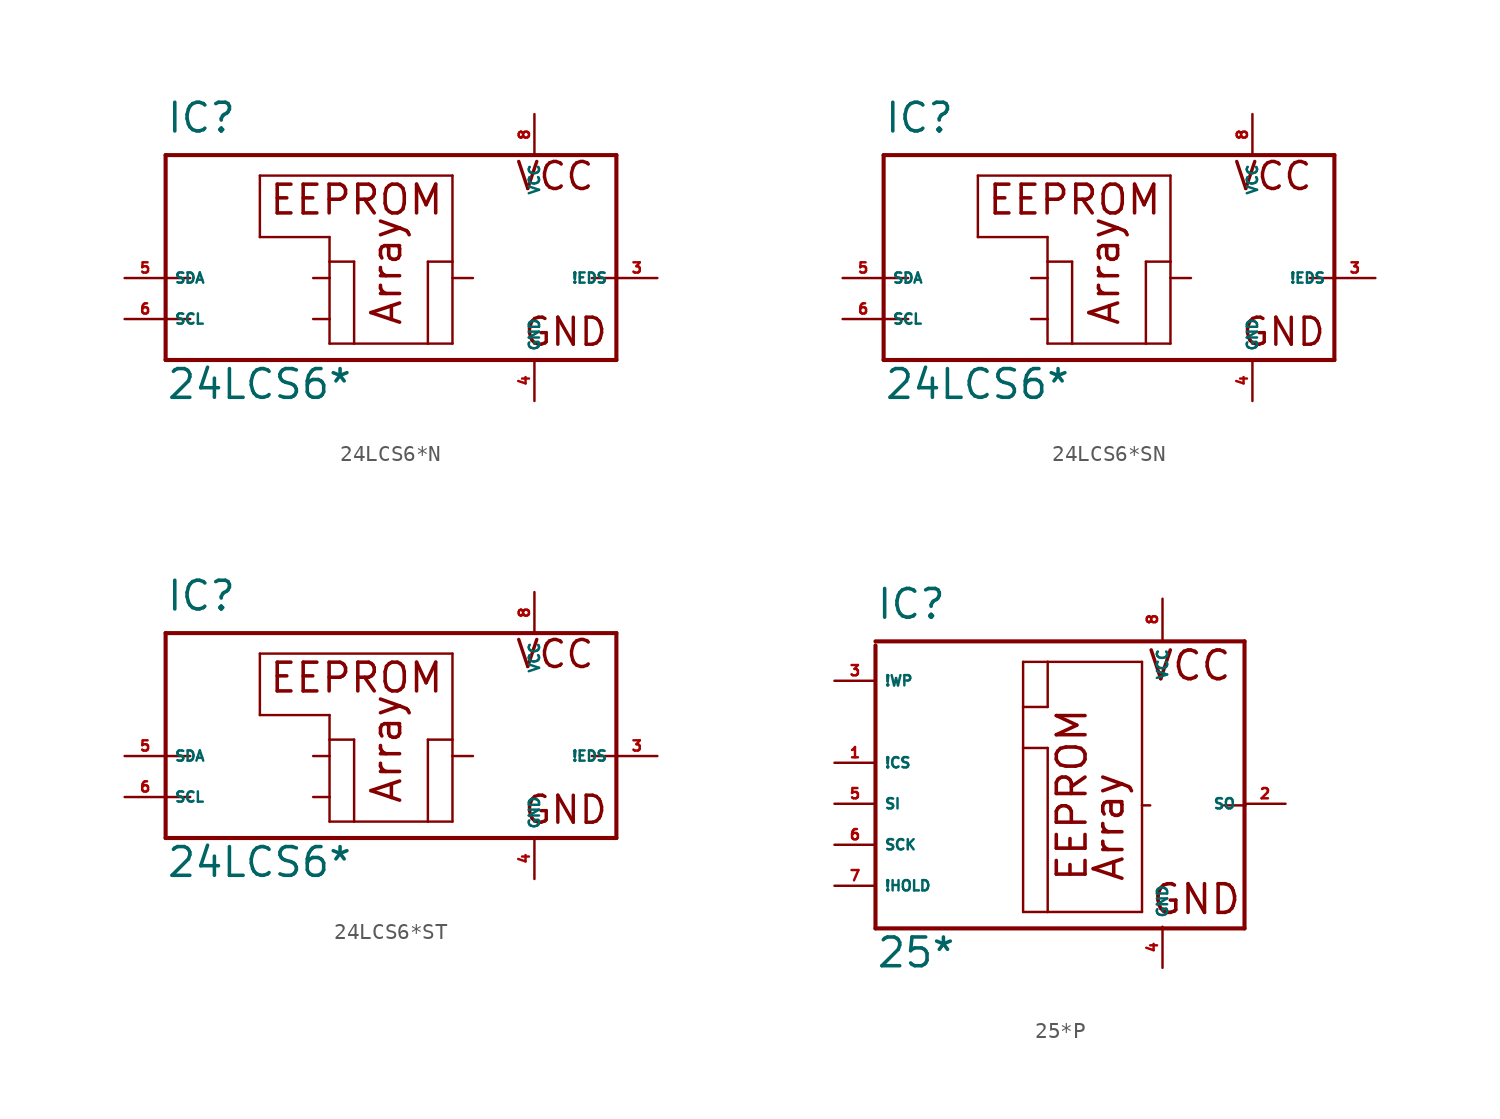
<source format=kicad_sym>
(kicad_symbol_lib
  (version 20220914)
  (generator Eagle2Kicad)
  (symbol "24LCS6*N"
    (property "Reference" "IC"
      (at -12.7 11.43 0)
      (effects (font (size 1.778 1.778) (thickness 0.22)) (justify left bottom)))
    (property "Value" "24LCS6*"
      (at -12.7 -5.08 0)
      (effects (font (size 1.778 1.778) (thickness 0.22)) (justify left bottom)))
    (polyline
      (pts (xy -12.7 10.16) (xy 15.24 10.16))
      (stroke (width 0.254) (type default))
      (fill (type none)))
    (polyline
      (pts (xy 15.24 10.16) (xy 15.24 2.54))
      (stroke (width 0.254) (type default))
      (fill (type none)))
    (polyline
      (pts (xy 15.24 2.54) (xy 15.24 -2.54))
      (stroke (width 0.254) (type default))
      (fill (type none)))
    (polyline
      (pts (xy 15.24 -2.54) (xy -12.7 -2.54))
      (stroke (width 0.254) (type default))
      (fill (type none)))
    (polyline
      (pts (xy -12.7 -2.54) (xy -12.7 0))
      (stroke (width 0.254) (type default))
      (fill (type none)))
    (polyline
      (pts (xy -12.7 0) (xy -12.7 2.54))
      (stroke (width 0.254) (type default))
      (fill (type none)))
    (polyline
      (pts (xy -12.7 2.54) (xy -12.7 10.16))
      (stroke (width 0.254) (type default))
      (fill (type none)))
    (polyline
      (pts (xy -6.858 8.89) (xy 5.08 8.89))
      (stroke (width 0.152) (type default))
      (fill (type none)))
    (polyline
      (pts (xy 5.08 8.89) (xy 5.08 3.556))
      (stroke (width 0.152) (type default))
      (fill (type none)))
    (polyline
      (pts (xy 5.08 3.556) (xy 5.08 2.54))
      (stroke (width 0.152) (type default))
      (fill (type none)))
    (polyline
      (pts (xy 5.08 2.54) (xy 5.08 -1.524))
      (stroke (width 0.152) (type default))
      (fill (type none)))
    (polyline
      (pts (xy 5.08 -1.524) (xy 3.556 -1.524))
      (stroke (width 0.152) (type default))
      (fill (type none)))
    (polyline
      (pts (xy 3.556 -1.524) (xy -1.016 -1.524))
      (stroke (width 0.152) (type default))
      (fill (type none)))
    (polyline
      (pts (xy -1.016 -1.524) (xy -2.54 -1.524))
      (stroke (width 0.152) (type default))
      (fill (type none)))
    (polyline
      (pts (xy -2.54 -1.524) (xy -2.54 0))
      (stroke (width 0.152) (type default))
      (fill (type none)))
    (polyline
      (pts (xy -2.54 0) (xy -2.54 2.54))
      (stroke (width 0.152) (type default))
      (fill (type none)))
    (polyline
      (pts (xy -2.54 2.54) (xy -2.54 3.556))
      (stroke (width 0.152) (type default))
      (fill (type none)))
    (polyline
      (pts (xy -2.54 3.556) (xy -2.54 5.08))
      (stroke (width 0.152) (type default))
      (fill (type none)))
    (polyline
      (pts (xy -2.54 5.08) (xy -6.858 5.08))
      (stroke (width 0.152) (type default))
      (fill (type none)))
    (polyline
      (pts (xy -6.858 5.08) (xy -6.858 8.89))
      (stroke (width 0.152) (type default))
      (fill (type none)))
    (polyline
      (pts (xy -3.556 2.54) (xy -2.54 2.54))
      (stroke (width 0.152) (type default))
      (fill (type none)))
    (polyline
      (pts (xy -3.556 0) (xy -2.54 0))
      (stroke (width 0.152) (type default))
      (fill (type none)))
    (polyline
      (pts (xy -12.7 2.54) (xy -11.176 2.54))
      (stroke (width 0.152) (type default))
      (fill (type none)))
    (polyline
      (pts (xy -12.7 0) (xy -11.176 0))
      (stroke (width 0.152) (type default))
      (fill (type none)))
    (polyline
      (pts (xy -2.54 3.556) (xy -1.016 3.556))
      (stroke (width 0.152) (type default))
      (fill (type none)))
    (polyline
      (pts (xy -1.016 3.556) (xy -1.016 -1.524))
      (stroke (width 0.152) (type default))
      (fill (type none)))
    (polyline
      (pts (xy 15.24 2.54) (xy 13.716 2.54))
      (stroke (width 0.152) (type default))
      (fill (type none)))
    (polyline
      (pts (xy 6.35 2.54) (xy 5.08 2.54))
      (stroke (width 0.152) (type default))
      (fill (type none)))
    (polyline
      (pts (xy 3.556 3.556) (xy 3.556 -1.524))
      (stroke (width 0.152) (type default))
      (fill (type none)))
    (polyline
      (pts (xy 5.08 3.556) (xy 3.556 3.556))
      (stroke (width 0.152) (type default))
      (fill (type none)))
    (text "Array"
      (at 2.032 -0.508 900)
      (effects (font (size 1.778 1.778) (thickness 0.22)) (justify left bottom)))
    (text "VCC"
      (at 8.89 7.874 0)
      (effects (font (size 1.676 1.676) (thickness 0.21)) (justify left bottom)))
    (text "GND"
      (at 9.398 -1.778 0)
      (effects (font (size 1.676 1.676) (thickness 0.21)) (justify left bottom)))
    (text "EEPROM"
      (at -6.35 6.35 0)
      (effects (font (size 1.778 1.778) (thickness 0.22)) (justify left bottom)))
    (pin unspecified line
      (at 10.16 12.7 270)
      (length 2.54)
      (name "VCC" (effects (font (size 0.635 0.635) (thickness 0.08)) (justify left bottom)))
      (number "8" (effects (font (size 0.635 0.635) (thickness 0.08)) (justify left bottom))))
    (pin unspecified line
      (at 10.16 -5.08 90)
      (length 2.54)
      (name "GND" (effects (font (size 0.635 0.635) (thickness 0.08)) (justify left bottom)))
      (number "4" (effects (font (size 0.635 0.635) (thickness 0.08)) (justify left bottom))))
    (pin bidirectional line
      (at -15.24 2.54 0)
      (length 2.54)
      (name "SDA" (effects (font (size 0.635 0.635) (thickness 0.08)) (justify left bottom)))
      (number "5" (effects (font (size 0.635 0.635) (thickness 0.08)) (justify left bottom))))
    (pin output line
      (at 17.78 2.54 180)
      (length 2.54)
      (name "!EDS" (effects (font (size 0.635 0.635) (thickness 0.08)) (justify left bottom)))
      (number "3" (effects (font (size 0.635 0.635) (thickness 0.08)) (justify left bottom))))
    (pin input line
      (at -15.24 0 0)
      (length 2.54)
      (name "SCL" (effects (font (size 0.635 0.635) (thickness 0.08)) (justify left bottom)))
      (number "6" (effects (font (size 0.635 0.635) (thickness 0.08)) (justify left bottom)))))
  (symbol "24LCS6*SN"
    (property "Reference" "IC"
      (at -12.7 11.43 0)
      (effects (font (size 1.778 1.778) (thickness 0.22)) (justify left bottom)))
    (property "Value" "24LCS6*"
      (at -12.7 -5.08 0)
      (effects (font (size 1.778 1.778) (thickness 0.22)) (justify left bottom)))
    (polyline
      (pts (xy -12.7 10.16) (xy 15.24 10.16))
      (stroke (width 0.254) (type default))
      (fill (type none)))
    (polyline
      (pts (xy 15.24 10.16) (xy 15.24 2.54))
      (stroke (width 0.254) (type default))
      (fill (type none)))
    (polyline
      (pts (xy 15.24 2.54) (xy 15.24 -2.54))
      (stroke (width 0.254) (type default))
      (fill (type none)))
    (polyline
      (pts (xy 15.24 -2.54) (xy -12.7 -2.54))
      (stroke (width 0.254) (type default))
      (fill (type none)))
    (polyline
      (pts (xy -12.7 -2.54) (xy -12.7 0))
      (stroke (width 0.254) (type default))
      (fill (type none)))
    (polyline
      (pts (xy -12.7 0) (xy -12.7 2.54))
      (stroke (width 0.254) (type default))
      (fill (type none)))
    (polyline
      (pts (xy -12.7 2.54) (xy -12.7 10.16))
      (stroke (width 0.254) (type default))
      (fill (type none)))
    (polyline
      (pts (xy -6.858 8.89) (xy 5.08 8.89))
      (stroke (width 0.152) (type default))
      (fill (type none)))
    (polyline
      (pts (xy 5.08 8.89) (xy 5.08 3.556))
      (stroke (width 0.152) (type default))
      (fill (type none)))
    (polyline
      (pts (xy 5.08 3.556) (xy 5.08 2.54))
      (stroke (width 0.152) (type default))
      (fill (type none)))
    (polyline
      (pts (xy 5.08 2.54) (xy 5.08 -1.524))
      (stroke (width 0.152) (type default))
      (fill (type none)))
    (polyline
      (pts (xy 5.08 -1.524) (xy 3.556 -1.524))
      (stroke (width 0.152) (type default))
      (fill (type none)))
    (polyline
      (pts (xy 3.556 -1.524) (xy -1.016 -1.524))
      (stroke (width 0.152) (type default))
      (fill (type none)))
    (polyline
      (pts (xy -1.016 -1.524) (xy -2.54 -1.524))
      (stroke (width 0.152) (type default))
      (fill (type none)))
    (polyline
      (pts (xy -2.54 -1.524) (xy -2.54 0))
      (stroke (width 0.152) (type default))
      (fill (type none)))
    (polyline
      (pts (xy -2.54 0) (xy -2.54 2.54))
      (stroke (width 0.152) (type default))
      (fill (type none)))
    (polyline
      (pts (xy -2.54 2.54) (xy -2.54 3.556))
      (stroke (width 0.152) (type default))
      (fill (type none)))
    (polyline
      (pts (xy -2.54 3.556) (xy -2.54 5.08))
      (stroke (width 0.152) (type default))
      (fill (type none)))
    (polyline
      (pts (xy -2.54 5.08) (xy -6.858 5.08))
      (stroke (width 0.152) (type default))
      (fill (type none)))
    (polyline
      (pts (xy -6.858 5.08) (xy -6.858 8.89))
      (stroke (width 0.152) (type default))
      (fill (type none)))
    (polyline
      (pts (xy -3.556 2.54) (xy -2.54 2.54))
      (stroke (width 0.152) (type default))
      (fill (type none)))
    (polyline
      (pts (xy -3.556 0) (xy -2.54 0))
      (stroke (width 0.152) (type default))
      (fill (type none)))
    (polyline
      (pts (xy -12.7 2.54) (xy -11.176 2.54))
      (stroke (width 0.152) (type default))
      (fill (type none)))
    (polyline
      (pts (xy -12.7 0) (xy -11.176 0))
      (stroke (width 0.152) (type default))
      (fill (type none)))
    (polyline
      (pts (xy -2.54 3.556) (xy -1.016 3.556))
      (stroke (width 0.152) (type default))
      (fill (type none)))
    (polyline
      (pts (xy -1.016 3.556) (xy -1.016 -1.524))
      (stroke (width 0.152) (type default))
      (fill (type none)))
    (polyline
      (pts (xy 15.24 2.54) (xy 13.716 2.54))
      (stroke (width 0.152) (type default))
      (fill (type none)))
    (polyline
      (pts (xy 6.35 2.54) (xy 5.08 2.54))
      (stroke (width 0.152) (type default))
      (fill (type none)))
    (polyline
      (pts (xy 3.556 3.556) (xy 3.556 -1.524))
      (stroke (width 0.152) (type default))
      (fill (type none)))
    (polyline
      (pts (xy 5.08 3.556) (xy 3.556 3.556))
      (stroke (width 0.152) (type default))
      (fill (type none)))
    (text "Array"
      (at 2.032 -0.508 900)
      (effects (font (size 1.778 1.778) (thickness 0.22)) (justify left bottom)))
    (text "VCC"
      (at 8.89 7.874 0)
      (effects (font (size 1.676 1.676) (thickness 0.21)) (justify left bottom)))
    (text "GND"
      (at 9.398 -1.778 0)
      (effects (font (size 1.676 1.676) (thickness 0.21)) (justify left bottom)))
    (text "EEPROM"
      (at -6.35 6.35 0)
      (effects (font (size 1.778 1.778) (thickness 0.22)) (justify left bottom)))
    (pin unspecified line
      (at 10.16 12.7 270)
      (length 2.54)
      (name "VCC" (effects (font (size 0.635 0.635) (thickness 0.08)) (justify left bottom)))
      (number "8" (effects (font (size 0.635 0.635) (thickness 0.08)) (justify left bottom))))
    (pin unspecified line
      (at 10.16 -5.08 90)
      (length 2.54)
      (name "GND" (effects (font (size 0.635 0.635) (thickness 0.08)) (justify left bottom)))
      (number "4" (effects (font (size 0.635 0.635) (thickness 0.08)) (justify left bottom))))
    (pin bidirectional line
      (at -15.24 2.54 0)
      (length 2.54)
      (name "SDA" (effects (font (size 0.635 0.635) (thickness 0.08)) (justify left bottom)))
      (number "5" (effects (font (size 0.635 0.635) (thickness 0.08)) (justify left bottom))))
    (pin output line
      (at 17.78 2.54 180)
      (length 2.54)
      (name "!EDS" (effects (font (size 0.635 0.635) (thickness 0.08)) (justify left bottom)))
      (number "3" (effects (font (size 0.635 0.635) (thickness 0.08)) (justify left bottom))))
    (pin input line
      (at -15.24 0 0)
      (length 2.54)
      (name "SCL" (effects (font (size 0.635 0.635) (thickness 0.08)) (justify left bottom)))
      (number "6" (effects (font (size 0.635 0.635) (thickness 0.08)) (justify left bottom)))))
  (symbol "24LCS6*ST"
    (property "Reference" "IC"
      (at -12.7 11.43 0)
      (effects (font (size 1.778 1.778) (thickness 0.22)) (justify left bottom)))
    (property "Value" "24LCS6*"
      (at -12.7 -5.08 0)
      (effects (font (size 1.778 1.778) (thickness 0.22)) (justify left bottom)))
    (polyline
      (pts (xy -12.7 10.16) (xy 15.24 10.16))
      (stroke (width 0.254) (type default))
      (fill (type none)))
    (polyline
      (pts (xy 15.24 10.16) (xy 15.24 2.54))
      (stroke (width 0.254) (type default))
      (fill (type none)))
    (polyline
      (pts (xy 15.24 2.54) (xy 15.24 -2.54))
      (stroke (width 0.254) (type default))
      (fill (type none)))
    (polyline
      (pts (xy 15.24 -2.54) (xy -12.7 -2.54))
      (stroke (width 0.254) (type default))
      (fill (type none)))
    (polyline
      (pts (xy -12.7 -2.54) (xy -12.7 0))
      (stroke (width 0.254) (type default))
      (fill (type none)))
    (polyline
      (pts (xy -12.7 0) (xy -12.7 2.54))
      (stroke (width 0.254) (type default))
      (fill (type none)))
    (polyline
      (pts (xy -12.7 2.54) (xy -12.7 10.16))
      (stroke (width 0.254) (type default))
      (fill (type none)))
    (polyline
      (pts (xy -6.858 8.89) (xy 5.08 8.89))
      (stroke (width 0.152) (type default))
      (fill (type none)))
    (polyline
      (pts (xy 5.08 8.89) (xy 5.08 3.556))
      (stroke (width 0.152) (type default))
      (fill (type none)))
    (polyline
      (pts (xy 5.08 3.556) (xy 5.08 2.54))
      (stroke (width 0.152) (type default))
      (fill (type none)))
    (polyline
      (pts (xy 5.08 2.54) (xy 5.08 -1.524))
      (stroke (width 0.152) (type default))
      (fill (type none)))
    (polyline
      (pts (xy 5.08 -1.524) (xy 3.556 -1.524))
      (stroke (width 0.152) (type default))
      (fill (type none)))
    (polyline
      (pts (xy 3.556 -1.524) (xy -1.016 -1.524))
      (stroke (width 0.152) (type default))
      (fill (type none)))
    (polyline
      (pts (xy -1.016 -1.524) (xy -2.54 -1.524))
      (stroke (width 0.152) (type default))
      (fill (type none)))
    (polyline
      (pts (xy -2.54 -1.524) (xy -2.54 0))
      (stroke (width 0.152) (type default))
      (fill (type none)))
    (polyline
      (pts (xy -2.54 0) (xy -2.54 2.54))
      (stroke (width 0.152) (type default))
      (fill (type none)))
    (polyline
      (pts (xy -2.54 2.54) (xy -2.54 3.556))
      (stroke (width 0.152) (type default))
      (fill (type none)))
    (polyline
      (pts (xy -2.54 3.556) (xy -2.54 5.08))
      (stroke (width 0.152) (type default))
      (fill (type none)))
    (polyline
      (pts (xy -2.54 5.08) (xy -6.858 5.08))
      (stroke (width 0.152) (type default))
      (fill (type none)))
    (polyline
      (pts (xy -6.858 5.08) (xy -6.858 8.89))
      (stroke (width 0.152) (type default))
      (fill (type none)))
    (polyline
      (pts (xy -3.556 2.54) (xy -2.54 2.54))
      (stroke (width 0.152) (type default))
      (fill (type none)))
    (polyline
      (pts (xy -3.556 0) (xy -2.54 0))
      (stroke (width 0.152) (type default))
      (fill (type none)))
    (polyline
      (pts (xy -12.7 2.54) (xy -11.176 2.54))
      (stroke (width 0.152) (type default))
      (fill (type none)))
    (polyline
      (pts (xy -12.7 0) (xy -11.176 0))
      (stroke (width 0.152) (type default))
      (fill (type none)))
    (polyline
      (pts (xy -2.54 3.556) (xy -1.016 3.556))
      (stroke (width 0.152) (type default))
      (fill (type none)))
    (polyline
      (pts (xy -1.016 3.556) (xy -1.016 -1.524))
      (stroke (width 0.152) (type default))
      (fill (type none)))
    (polyline
      (pts (xy 15.24 2.54) (xy 13.716 2.54))
      (stroke (width 0.152) (type default))
      (fill (type none)))
    (polyline
      (pts (xy 6.35 2.54) (xy 5.08 2.54))
      (stroke (width 0.152) (type default))
      (fill (type none)))
    (polyline
      (pts (xy 3.556 3.556) (xy 3.556 -1.524))
      (stroke (width 0.152) (type default))
      (fill (type none)))
    (polyline
      (pts (xy 5.08 3.556) (xy 3.556 3.556))
      (stroke (width 0.152) (type default))
      (fill (type none)))
    (text "Array"
      (at 2.032 -0.508 900)
      (effects (font (size 1.778 1.778) (thickness 0.22)) (justify left bottom)))
    (text "VCC"
      (at 8.89 7.874 0)
      (effects (font (size 1.676 1.676) (thickness 0.21)) (justify left bottom)))
    (text "GND"
      (at 9.398 -1.778 0)
      (effects (font (size 1.676 1.676) (thickness 0.21)) (justify left bottom)))
    (text "EEPROM"
      (at -6.35 6.35 0)
      (effects (font (size 1.778 1.778) (thickness 0.22)) (justify left bottom)))
    (pin unspecified line
      (at 10.16 12.7 270)
      (length 2.54)
      (name "VCC" (effects (font (size 0.635 0.635) (thickness 0.08)) (justify left bottom)))
      (number "8" (effects (font (size 0.635 0.635) (thickness 0.08)) (justify left bottom))))
    (pin unspecified line
      (at 10.16 -5.08 90)
      (length 2.54)
      (name "GND" (effects (font (size 0.635 0.635) (thickness 0.08)) (justify left bottom)))
      (number "4" (effects (font (size 0.635 0.635) (thickness 0.08)) (justify left bottom))))
    (pin bidirectional line
      (at -15.24 2.54 0)
      (length 2.54)
      (name "SDA" (effects (font (size 0.635 0.635) (thickness 0.08)) (justify left bottom)))
      (number "5" (effects (font (size 0.635 0.635) (thickness 0.08)) (justify left bottom))))
    (pin output line
      (at 17.78 2.54 180)
      (length 2.54)
      (name "!EDS" (effects (font (size 0.635 0.635) (thickness 0.08)) (justify left bottom)))
      (number "3" (effects (font (size 0.635 0.635) (thickness 0.08)) (justify left bottom))))
    (pin input line
      (at -15.24 0 0)
      (length 2.54)
      (name "SCL" (effects (font (size 0.635 0.635) (thickness 0.08)) (justify left bottom)))
      (number "6" (effects (font (size 0.635 0.635) (thickness 0.08)) (justify left bottom)))))
  (symbol "25*P"
    (property "Reference" "IC"
      (at -10.16 11.33 0)
      (effects (font (size 1.778 1.778) (thickness 0.22)) (justify left bottom)))
    (property "Value" "25*"
      (at -10.16 -10.26 0)
      (effects (font (size 1.778 1.778) (thickness 0.22)) (justify left bottom)))
    (polyline
      (pts (xy -10.16 10.06) (xy 12.7 10.06))
      (stroke (width 0.254) (type default))
      (fill (type none)))
    (polyline
      (pts (xy 12.7 10.06) (xy 12.7 -0.1))
      (stroke (width 0.254) (type default))
      (fill (type none)))
    (polyline
      (pts (xy 12.7 -0.1) (xy 12.7 -7.72))
      (stroke (width 0.254) (type default))
      (fill (type none)))
    (polyline
      (pts (xy 12.7 -7.72) (xy -10.16 -7.72))
      (stroke (width 0.254) (type default))
      (fill (type none)))
    (polyline
      (pts (xy -10.16 -7.72) (xy -10.16 9.806))
      (stroke (width 0.254) (type default))
      (fill (type none)))
    (polyline
      (pts (xy -1.016 8.79) (xy 0.508 8.79))
      (stroke (width 0.152) (type default))
      (fill (type none)))
    (polyline
      (pts (xy 0.508 8.79) (xy 6.35 8.79))
      (stroke (width 0.152) (type default))
      (fill (type none)))
    (polyline
      (pts (xy 6.35 8.79) (xy 6.35 -0.1))
      (stroke (width 0.152) (type default))
      (fill (type none)))
    (polyline
      (pts (xy 6.35 -0.1) (xy 6.35 -6.704))
      (stroke (width 0.152) (type default))
      (fill (type none)))
    (polyline
      (pts (xy 6.35 -6.704) (xy 0.508 -6.704))
      (stroke (width 0.152) (type default))
      (fill (type none)))
    (polyline
      (pts (xy 0.508 -6.704) (xy -1.016 -6.704))
      (stroke (width 0.152) (type default))
      (fill (type none)))
    (polyline
      (pts (xy -1.016 -6.704) (xy -1.016 3.456))
      (stroke (width 0.152) (type default))
      (fill (type none)))
    (polyline
      (pts (xy -1.016 3.456) (xy -1.016 5.996))
      (stroke (width 0.152) (type default))
      (fill (type none)))
    (polyline
      (pts (xy -1.016 5.996) (xy -1.016 8.79))
      (stroke (width 0.152) (type default))
      (fill (type none)))
    (polyline
      (pts (xy 12.7 -0.1) (xy 11.43 -0.1))
      (stroke (width 0.152) (type default))
      (fill (type none)))
    (polyline
      (pts (xy 6.858 -0.1) (xy 6.35 -0.1))
      (stroke (width 0.152) (type default))
      (fill (type none)))
    (polyline
      (pts (xy 0.508 8.79) (xy 0.508 5.996))
      (stroke (width 0.152) (type default))
      (fill (type none)))
    (polyline
      (pts (xy 0.508 5.996) (xy -1.016 5.996))
      (stroke (width 0.152) (type default))
      (fill (type none)))
    (polyline
      (pts (xy 0.508 3.456) (xy 0.508 -6.704))
      (stroke (width 0.152) (type default))
      (fill (type none)))
    (polyline
      (pts (xy -1.016 3.456) (xy 0.508 3.456))
      (stroke (width 0.152) (type default))
      (fill (type none)))
    (text "Array"
      (at 5.334 -4.926 900)
      (effects (font (size 1.778 1.778) (thickness 0.22)) (justify left bottom)))
    (text "VCC"
      (at 6.604 7.52 0)
      (effects (font (size 1.778 1.778) (thickness 0.22)) (justify left bottom)))
    (text "GND"
      (at 6.858 -6.958 0)
      (effects (font (size 1.778 1.778) (thickness 0.22)) (justify left bottom)))
    (text "EEPROM"
      (at 3.048 -4.926 900)
      (effects (font (size 1.778 1.778) (thickness 0.22)) (justify left bottom)))
    (pin unspecified line
      (at 7.62 12.7 270)
      (length 2.54)
      (name "VCC" (effects (font (size 0.635 0.635) (thickness 0.08)) (justify left bottom)))
      (number "8" (effects (font (size 0.635 0.635) (thickness 0.08)) (justify left bottom))))
    (pin unspecified line
      (at 7.62 -10.16 90)
      (length 2.54)
      (name "GND" (effects (font (size 0.635 0.635) (thickness 0.08)) (justify left bottom)))
      (number "4" (effects (font (size 0.635 0.635) (thickness 0.08)) (justify left bottom))))
    (pin input line
      (at -12.7 2.54 0)
      (length 2.54)
      (name "!CS" (effects (font (size 0.635 0.635) (thickness 0.08)) (justify left bottom)))
      (number "1" (effects (font (size 0.635 0.635) (thickness 0.08)) (justify left bottom))))
    (pin bidirectional line
      (at 15.24 0 180)
      (length 2.54)
      (name "SO" (effects (font (size 0.635 0.635) (thickness 0.08)) (justify left bottom)))
      (number "2" (effects (font (size 0.635 0.635) (thickness 0.08)) (justify left bottom))))
    (pin input line
      (at -12.7 -5.08 0)
      (length 2.54)
      (name "!HOLD" (effects (font (size 0.635 0.635) (thickness 0.08)) (justify left bottom)))
      (number "7" (effects (font (size 0.635 0.635) (thickness 0.08)) (justify left bottom))))
    (pin input line
      (at -12.7 -2.54 0)
      (length 2.54)
      (name "SCK" (effects (font (size 0.635 0.635) (thickness 0.08)) (justify left bottom)))
      (number "6" (effects (font (size 0.635 0.635) (thickness 0.08)) (justify left bottom))))
    (pin input line
      (at -12.7 0 0)
      (length 2.54)
      (name "SI" (effects (font (size 0.635 0.635) (thickness 0.08)) (justify left bottom)))
      (number "5" (effects (font (size 0.635 0.635) (thickness 0.08)) (justify left bottom))))
    (pin input line
      (at -12.7 7.62 0)
      (length 2.54)
      (name "!WP" (effects (font (size 0.635 0.635) (thickness 0.08)) (justify left bottom)))
      (number "3" (effects (font (size 0.635 0.635) (thickness 0.08)) (justify left bottom))))))
</source>
